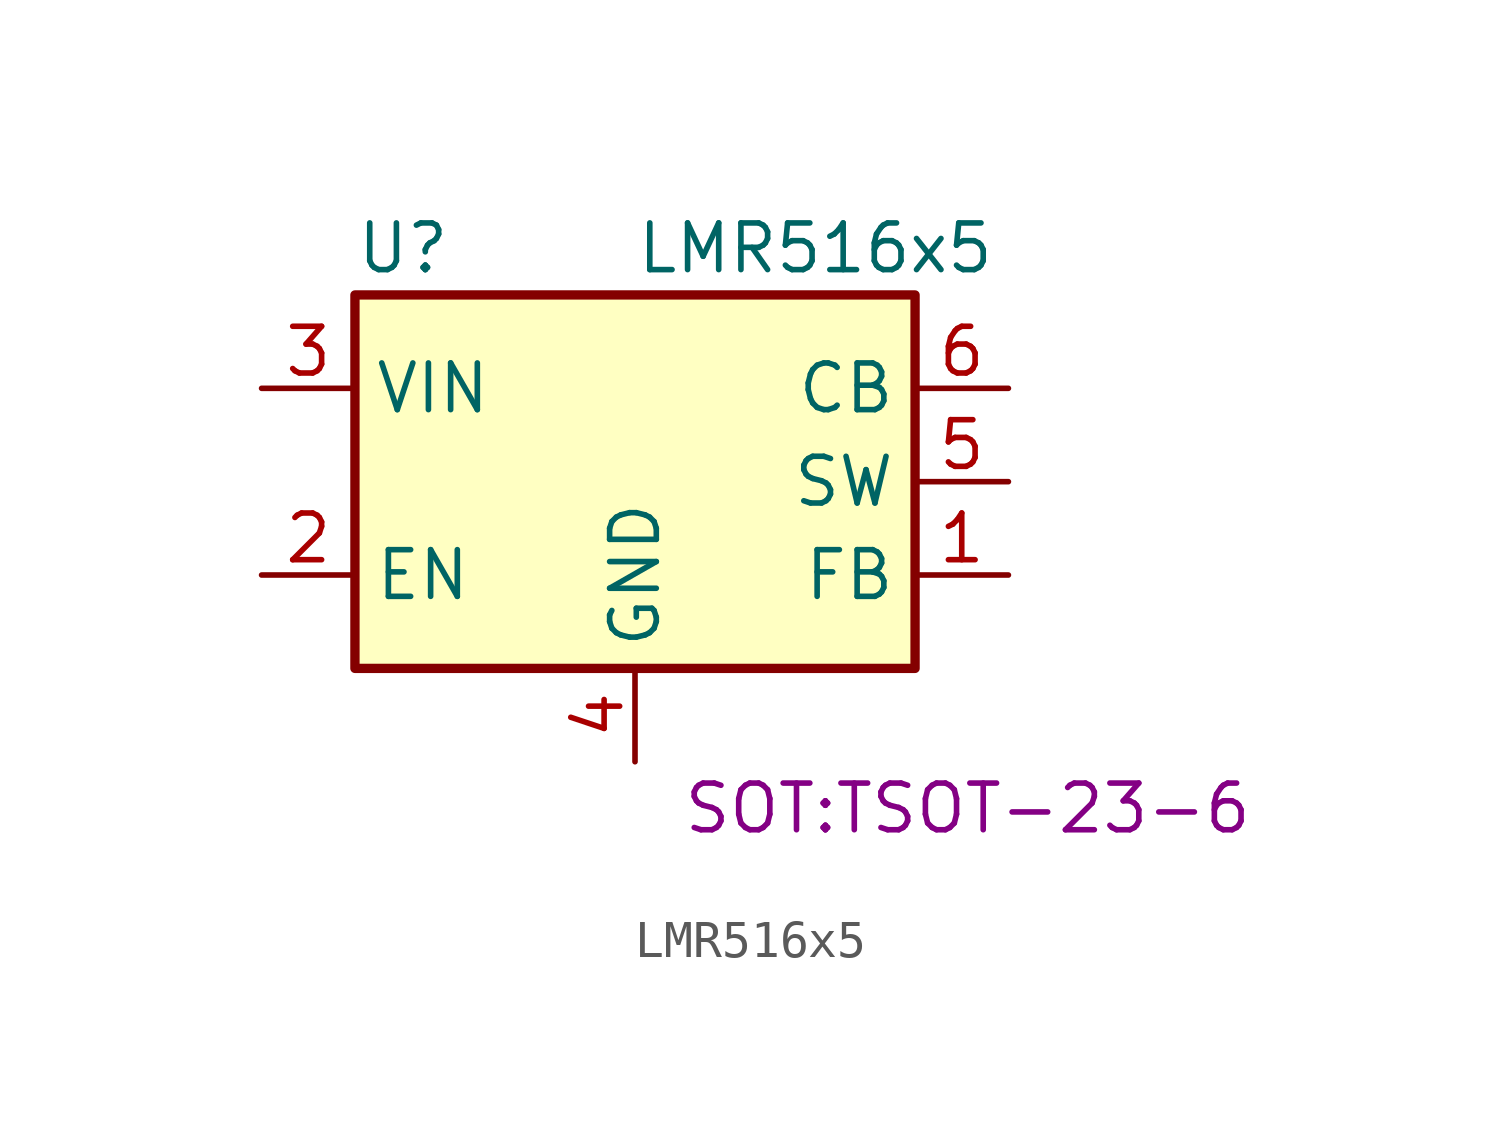
<source format=kicad_sym>
(kicad_symbol_lib
  (version 20231120)
  (generator "kicad_symbol_editor")
  (generator_version "8.0")
  (symbol "LMR516x5"
    (property "Reference" "U"
      (at -7.62 6.35 0)
      (effects (font (size 1.27 1.27)) (justify left)))
    (property "Value" "LMR516x5"
      (at 0 6.35 0)
      (effects (font (size 1.27 1.27)) (justify left)))
    (property "Footprint" "SOT:TSOT-23-6"
      (at 1.27 -8.89 0)
      (effects (font (size 1.27 1.27)) (justify left)))
    (symbol "LMR516x5_0_1"
      (rectangle (start -7.62 5.08) (end 7.62 -5.08) (stroke (width 0.254) (type default)) (fill (type background))))
    (symbol "LMR516x5_1_1"
      (pin input line (at 10.16 -2.54 180) (length 2.54) (name "FB" (effects (font (size 1.27 1.27)))) (number "1" (effects (font (size 1.27 1.27)))))
      (pin input line (at -10.16 -2.54 0) (length 2.54) (name "EN" (effects (font (size 1.27 1.27)))) (number "2" (effects (font (size 1.27 1.27)))))
      (pin power_in line (at -10.16 2.54 0) (length 2.54) (name "VIN" (effects (font (size 1.27 1.27)))) (number "3" (effects (font (size 1.27 1.27)))))
      (pin power_in line (at 0 -7.62 90) (length 2.54) (name "GND" (effects (font (size 1.27 1.27)))) (number "4" (effects (font (size 1.27 1.27)))))
      (pin power_out line (at 10.16 0 180) (length 2.54) (name "SW" (effects (font (size 1.27 1.27)))) (number "5" (effects (font (size 1.27 1.27)))))
      (pin passive line (at 10.16 2.54 180) (length 2.54) (name "CB" (effects (font (size 1.27 1.27)))) (number "6" (effects (font (size 1.27 1.27))))))))
</source>
